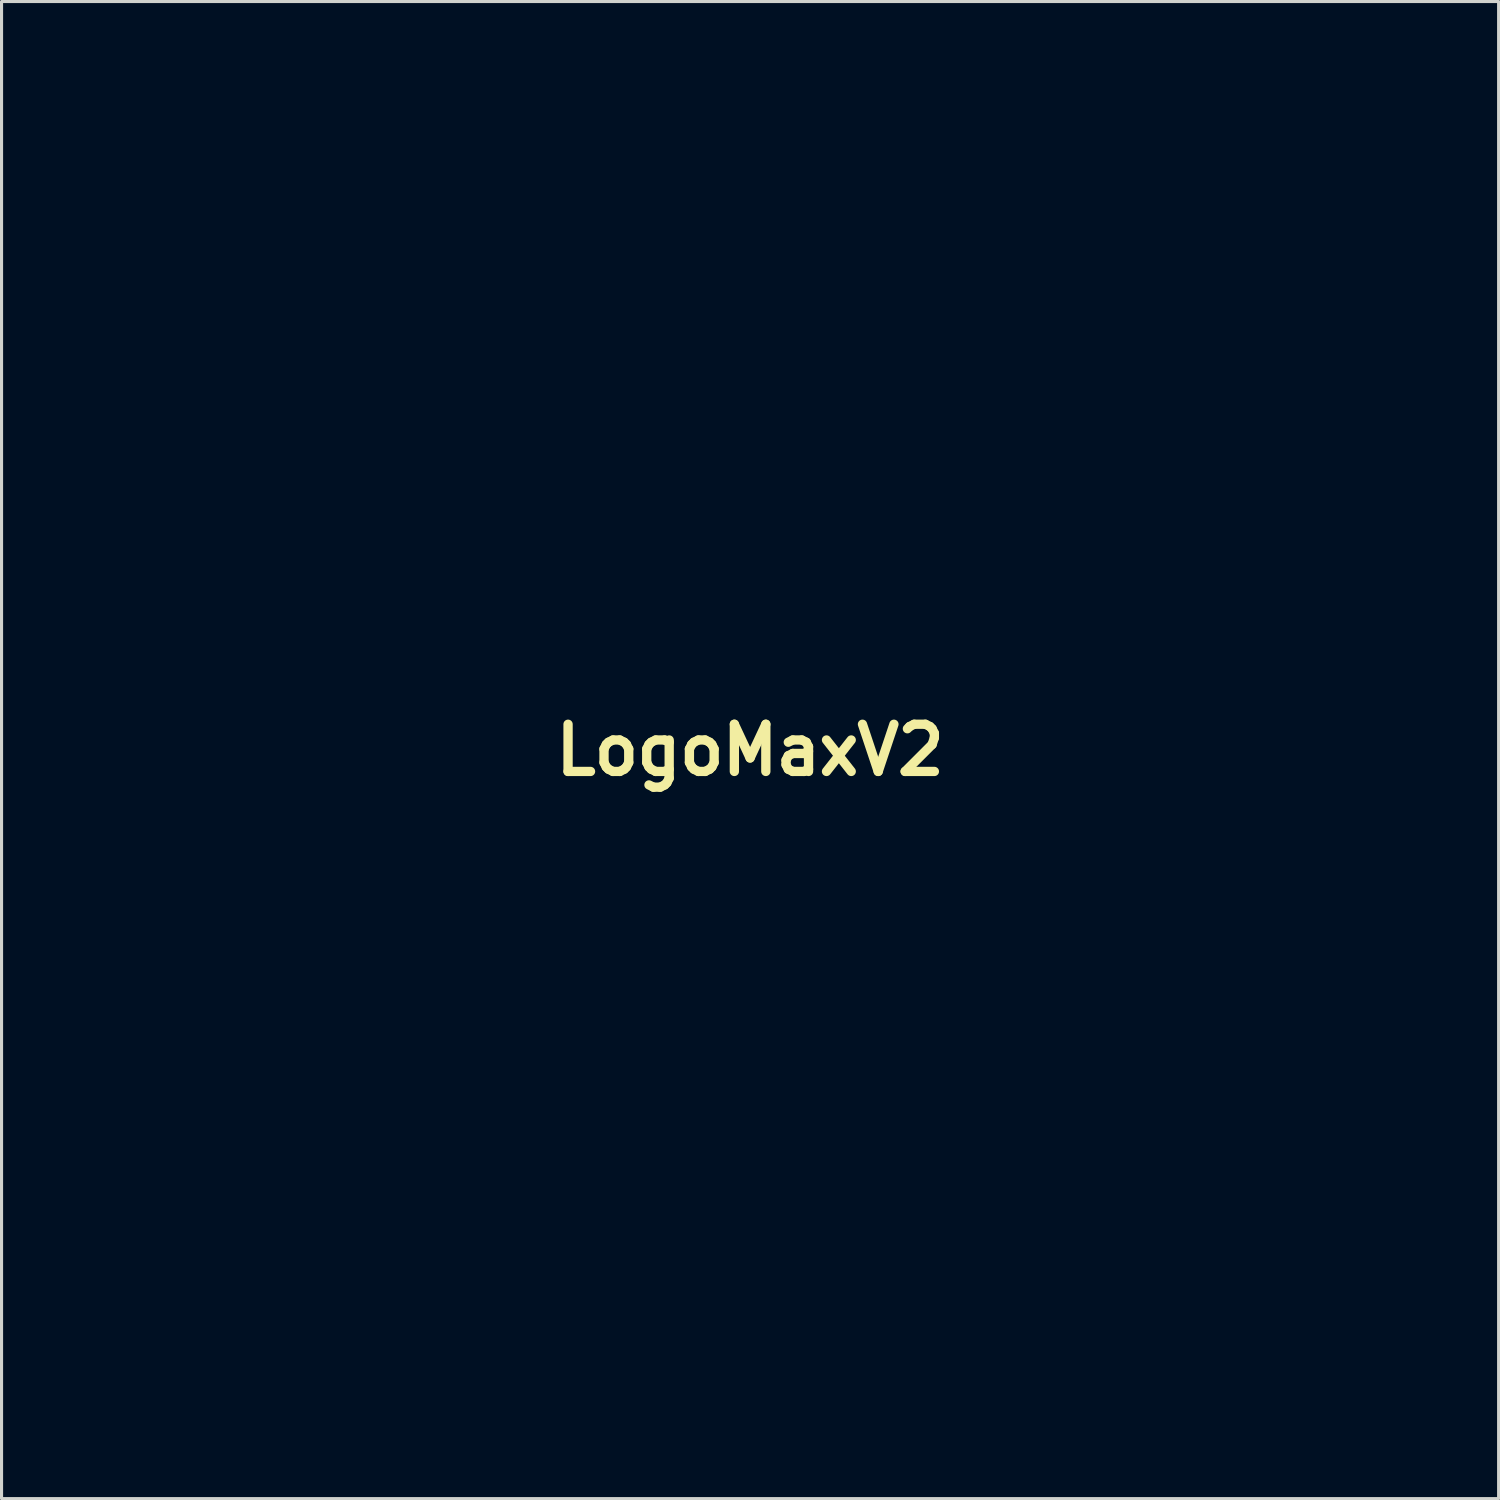
<source format=kicad_pcb>
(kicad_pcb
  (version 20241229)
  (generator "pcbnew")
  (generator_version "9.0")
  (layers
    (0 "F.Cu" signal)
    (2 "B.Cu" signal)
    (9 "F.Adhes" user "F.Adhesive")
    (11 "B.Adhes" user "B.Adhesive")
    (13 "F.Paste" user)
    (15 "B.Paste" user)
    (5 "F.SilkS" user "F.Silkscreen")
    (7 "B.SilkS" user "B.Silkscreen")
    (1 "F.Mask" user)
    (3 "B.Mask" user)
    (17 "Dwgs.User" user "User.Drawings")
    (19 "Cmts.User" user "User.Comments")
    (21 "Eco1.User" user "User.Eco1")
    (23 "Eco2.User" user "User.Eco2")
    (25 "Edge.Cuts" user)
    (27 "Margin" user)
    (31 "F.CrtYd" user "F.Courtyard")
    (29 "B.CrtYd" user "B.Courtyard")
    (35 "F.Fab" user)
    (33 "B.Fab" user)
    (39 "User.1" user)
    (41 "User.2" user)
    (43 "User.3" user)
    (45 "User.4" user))
  (footprint "LogoMaxV2"
    (layer "F.Cu")
    (at 21.172 21.172)
    (property "Reference" "LogoMaxV2" (at 0 0 0) (layer "F.SilkS") (effects (font (size 1.524 1.524) (thickness 0.3))))
    (attr through_hole)
    (fp_poly (pts (xy -4.233 0.296) (xy -4.276 0.339) (xy -4.318 0.296) (xy -4.276 0.254) (xy -4.233 0.296)) (stroke (width 0.01) (type solid)) (fill no) (layer "Eco2.User"))
    (fp_poly (pts (xy 10.645 0.741) (xy 10.492 1.01) (xy 10.283 1.376) (xy 10.045 1.79) (xy 9.82 2.18) (xy 9.588 2.583) (xy 9.363 2.973) (xy 9.171 3.306) (xy 9.04 3.535) (xy 8.809 3.937) (xy 8.807 2.095) (xy 8.805 0.254) (xy 10.92 0.254) (xy 10.645 0.741)) (stroke (width 0.01) (type solid)) (fill no) (layer "Eco2.User"))
    (fp_poly (pts (xy -0.554 -6.032) (xy -0.674 -5.825) (xy -0.834 -5.548) (xy -0.932 -5.377) (xy -1.085 -5.14) (xy -1.184 -5.054) (xy -1.217 -5.081) (xy -1.273 -5.264) (xy -1.345 -5.519) (xy -1.42 -5.793) (xy -1.483 -6.034) (xy -1.52 -6.189) (xy -1.524 -6.215) (xy -1.447 -6.241) (xy -1.245 -6.259) (xy -0.971 -6.265) (xy -0.419 -6.265) (xy -0.554 -6.032)) (stroke (width 0.01) (type solid)) (fill no) (layer "Eco2.User"))
    (fp_poly (pts (xy 1.43 -5.659) (xy 1.348 -5.361) (xy 1.28 -5.133) (xy 1.237 -5.02) (xy 1.234 -5.016) (xy 1.179 -5.062) (xy 1.079 -5.221) (xy 1.012 -5.347) (xy 0.88 -5.593) (xy 0.761 -5.789) (xy 0.723 -5.842) (xy 0.577 -6.046) (xy 0.557 -6.174) (xy 0.675 -6.241) (xy 0.944 -6.264) (xy 1.051 -6.265) (xy 1.589 -6.265) (xy 1.43 -5.659)) (stroke (width 0.01) (type solid)) (fill no) (layer "Eco2.User"))
    (fp_poly (pts (xy 8.893 -3.742) (xy 9.009 -3.559) (xy 9.167 -3.295) (xy 9.249 -3.154) (xy 9.57 -2.595) (xy 9.884 -2.051) (xy 10.174 -1.549) (xy 10.427 -1.114) (xy 10.627 -0.771) (xy 10.76 -0.546) (xy 10.77 -0.529) (xy 10.936 -0.254) (xy 8.805 -0.254) (xy 8.805 -2.032) (xy 8.807 -2.56) (xy 8.811 -3.026) (xy 8.818 -3.404) (xy 8.826 -3.671) (xy 8.835 -3.801) (xy 8.839 -3.81) (xy 8.893 -3.742)) (stroke (width 0.01) (type solid)) (fill no) (layer "Eco2.User"))
    (fp_poly (pts (xy 16.459 4.924) (xy 16.481 5.134) (xy 16.498 5.491) (xy 16.507 5.984) (xy 16.51 6.502) (xy 16.507 7.02) (xy 16.499 7.474) (xy 16.486 7.84) (xy 16.47 8.093) (xy 16.451 8.207) (xy 16.447 8.212) (xy 16.381 8.142) (xy 16.252 7.955) (xy 16.079 7.68) (xy 15.909 7.392) (xy 15.434 6.575) (xy 15.893 5.764) (xy 16.086 5.427) (xy 16.255 5.143) (xy 16.378 4.945) (xy 16.431 4.873) (xy 16.459 4.924)) (stroke (width 0.01) (type solid)) (fill no) (layer "Eco2.User"))
    (fp_poly (pts (xy -16.228 -8.009) (xy -16.072 -7.758) (xy -15.9 -7.454) (xy -15.732 -7.133) (xy -15.588 -6.834) (xy -15.488 -6.595) (xy -15.451 -6.456) (xy -15.453 -6.443) (xy -15.526 -6.292) (xy -15.658 -6.054) (xy -15.824 -5.768) (xy -16 -5.475) (xy -16.164 -5.214) (xy -16.291 -5.023) (xy -16.355 -4.944) (xy -16.376 -5.011) (xy -16.395 -5.222) (xy -16.41 -5.554) (xy -16.421 -5.981) (xy -16.425 -6.479) (xy -16.425 -6.574) (xy -16.422 -7.149) (xy -16.411 -7.61) (xy -16.394 -7.941) (xy -16.371 -8.13) (xy -16.347 -8.166) (xy -16.228 -8.009)) (stroke (width 0.01) (type solid)) (fill no) (layer "Eco2.User"))
    (fp_poly (pts (xy -16.282 5.035) (xy -16.158 5.231) (xy -15.997 5.499) (xy -15.822 5.801) (xy -15.654 6.099) (xy -15.516 6.354) (xy -15.428 6.529) (xy -15.409 6.582) (xy -15.45 6.672) (xy -15.557 6.866) (xy -15.708 7.129) (xy -15.883 7.425) (xy -16.06 7.717) (xy -16.217 7.97) (xy -16.333 8.147) (xy -16.386 8.213) (xy -16.398 8.132) (xy -16.409 7.908) (xy -16.417 7.566) (xy -16.423 7.131) (xy -16.425 6.63) (xy -16.425 6.557) (xy -16.422 5.997) (xy -16.411 5.54) (xy -16.394 5.201) (xy -16.371 5) (xy -16.347 4.949) (xy -16.282 5.035)) (stroke (width 0.01) (type solid)) (fill no) (layer "Eco2.User"))
    (fp_poly (pts (xy -3.47 2.838) (xy -3.32 3.434) (xy -3.172 4.018) (xy -3.036 4.555) (xy -2.919 5.011) (xy -2.83 5.352) (xy -2.803 5.456) (xy -2.72 5.782) (xy -2.657 6.052) (xy -2.626 6.218) (xy -2.625 6.239) (xy -2.668 6.292) (xy -2.813 6.327) (xy -3.083 6.345) (xy -3.471 6.35) (xy -4.318 6.35) (xy -4.318 3.916) (xy -4.317 3.208) (xy -4.315 2.649) (xy -4.309 2.217) (xy -4.298 1.894) (xy -4.282 1.658) (xy -4.258 1.488) (xy -4.226 1.365) (xy -4.183 1.267) (xy -4.138 1.187) (xy -3.958 0.893) (xy -3.47 2.838)) (stroke (width 0.01) (type solid)) (fill no) (layer "Eco2.User"))
    (fp_poly (pts (xy 9.779 13.378) (xy 7.946 14.425) (xy 7.431 14.721) (xy 6.955 14.995) (xy 6.542 15.235) (xy 6.215 15.428) (xy 5.995 15.56) (xy 5.916 15.61) (xy 5.757 15.711) (xy 5.668 15.748) (xy 5.61 15.678) (xy 5.485 15.486) (xy 5.309 15.197) (xy 5.096 14.835) (xy 4.967 14.61) (xy 4.744 14.216) (xy 4.553 13.875) (xy 4.411 13.613) (xy 4.331 13.456) (xy 4.318 13.425) (xy 4.399 13.414) (xy 4.63 13.403) (xy 4.99 13.394) (xy 5.46 13.386) (xy 6.019 13.381) (xy 6.647 13.378) (xy 7.048 13.378) (xy 9.779 13.378)) (stroke (width 0.01) (type solid)) (fill no) (layer "Eco2.User"))
    (fp_poly (pts (xy -15.058 -5.95) (xy -14.958 -5.794) (xy -14.906 -5.702) (xy -14.778 -5.469) (xy -14.671 -5.285) (xy -14.649 -5.249) (xy -14.567 -5.114) (xy -14.406 -4.839) (xy -14.169 -4.434) (xy -13.863 -3.906) (xy -13.491 -3.263) (xy -13.059 -2.513) (xy -12.819 -2.097) (xy -12.572 -1.668) (xy -12.339 -1.264) (xy -12.14 -0.919) (xy -11.996 -0.669) (xy -11.953 -0.594) (xy -11.756 -0.254) (xy -16.425 -0.254) (xy -16.425 -3.734) (xy -15.949 -4.555) (xy -15.736 -4.922) (xy -15.538 -5.265) (xy -15.38 -5.54) (xy -15.305 -5.673) (xy -15.193 -5.867) (xy -15.119 -5.986) (xy -15.11 -5.998) (xy -15.058 -5.95)) (stroke (width 0.01) (type solid)) (fill no) (layer "Eco2.User"))
    (fp_poly (pts (xy -5.192 13.391) (xy -4.766 13.393) (xy -4.457 13.398) (xy -4.286 13.404) (xy -4.259 13.408) (xy -4.281 13.492) (xy -4.373 13.677) (xy -4.497 13.896) (xy -4.658 14.168) (xy -4.795 14.402) (xy -4.864 14.52) (xy -5.157 15.034) (xy -5.373 15.4) (xy -5.513 15.621) (xy -5.576 15.698) (xy -5.664 15.669) (xy -5.873 15.568) (xy -6.177 15.407) (xy -6.551 15.2) (xy -6.859 15.024) (xy -7.346 14.743) (xy -7.854 14.45) (xy -8.335 14.173) (xy -8.739 13.942) (xy -8.869 13.867) (xy -9.652 13.42) (xy -6.972 13.397) (xy -6.316 13.393) (xy -5.716 13.391) (xy -5.192 13.391)) (stroke (width 0.01) (type solid)) (fill no) (layer "Eco2.User"))
    (fp_poly (pts (xy -8.745 -3.818) (xy -8.736 -3.602) (xy -8.729 -3.265) (xy -8.724 -2.829) (xy -8.721 -2.319) (xy -8.721 -2.088) (xy -8.721 -0.254) (xy -9.779 -0.254) (xy -10.18 -0.259) (xy -10.511 -0.272) (xy -10.739 -0.291) (xy -10.835 -0.315) (xy -10.835 -0.318) (xy -10.787 -0.423) (xy -10.672 -0.588) (xy -10.668 -0.593) (xy -10.552 -0.758) (xy -10.501 -0.863) (xy -10.501 -0.864) (xy -10.459 -0.963) (xy -10.354 -1.161) (xy -10.233 -1.372) (xy -10.061 -1.663) (xy -9.901 -1.935) (xy -9.82 -2.074) (xy -9.456 -2.704) (xy -9.165 -3.205) (xy -8.949 -3.572) (xy -8.811 -3.801) (xy -8.755 -3.888) (xy -8.745 -3.818)) (stroke (width 0.01) (type solid)) (fill no) (layer "Eco2.User"))
    (fp_poly (pts (xy 5.843 -15.613) (xy 6.131 -15.448) (xy 6.504 -15.234) (xy 6.936 -14.986) (xy 7.4 -14.719) (xy 7.871 -14.447) (xy 8.321 -14.187) (xy 8.726 -13.952) (xy 9.059 -13.759) (xy 9.294 -13.622) (xy 9.398 -13.56) (xy 9.694 -13.378) (xy 6.999 -13.378) (xy 6.311 -13.38) (xy 5.698 -13.386) (xy 5.177 -13.396) (xy 4.766 -13.41) (xy 4.482 -13.426) (xy 4.343 -13.444) (xy 4.332 -13.453) (xy 4.399 -13.593) (xy 4.528 -13.831) (xy 4.701 -14.138) (xy 4.9 -14.481) (xy 5.107 -14.833) (xy 5.305 -15.162) (xy 5.475 -15.438) (xy 5.601 -15.632) (xy 5.663 -15.712) (xy 5.666 -15.713) (xy 5.843 -15.613)) (stroke (width 0.01) (type solid)) (fill no) (layer "Eco2.User"))
    (fp_poly (pts (xy -8.721 2.074) (xy -8.722 2.609) (xy -8.726 3.081) (xy -8.732 3.468) (xy -8.739 3.743) (xy -8.748 3.882) (xy -8.752 3.895) (xy -8.804 3.826) (xy -8.921 3.643) (xy -9.08 3.376) (xy -9.184 3.196) (xy -9.407 2.805) (xy -9.641 2.389) (xy -9.843 2.025) (xy -9.885 1.947) (xy -10.046 1.659) (xy -10.188 1.419) (xy -10.282 1.275) (xy -10.286 1.27) (xy -10.371 1.142) (xy -10.496 0.933) (xy -10.632 0.694) (xy -10.751 0.473) (xy -10.825 0.322) (xy -10.837 0.286) (xy -10.758 0.274) (xy -10.541 0.264) (xy -10.22 0.257) (xy -9.825 0.254) (xy -9.779 0.254) (xy -8.721 0.254) (xy -8.721 2.074)) (stroke (width 0.01) (type solid)) (fill no) (layer "Eco2.User"))
    (fp_poly (pts (xy 16.455 -8.079) (xy 16.486 -7.907) (xy 16.502 -7.603) (xy 16.509 -7.155) (xy 16.51 -6.551) (xy 16.51 -6.537) (xy 16.508 -6.02) (xy 16.503 -5.565) (xy 16.495 -5.199) (xy 16.486 -4.945) (xy 16.474 -4.83) (xy 16.471 -4.826) (xy 16.415 -4.894) (xy 16.297 -5.076) (xy 16.14 -5.336) (xy 16.08 -5.44) (xy 15.894 -5.761) (xy 15.722 -6.056) (xy 15.595 -6.27) (xy 15.577 -6.298) (xy 15.498 -6.442) (xy 15.479 -6.558) (xy 15.53 -6.703) (xy 15.658 -6.93) (xy 15.684 -6.976) (xy 15.86 -7.274) (xy 16.028 -7.566) (xy 16.106 -7.705) (xy 16.236 -7.933) (xy 16.335 -8.08) (xy 16.406 -8.132) (xy 16.455 -8.079)) (stroke (width 0.01) (type solid)) (fill no) (layer "Eco2.User"))
    (fp_poly (pts (xy -1.203 -18.021) (xy -1.758 -17.055) (xy -2.233 -16.228) (xy -2.634 -15.533) (xy -2.964 -14.962) (xy -3.229 -14.506) (xy -3.432 -14.159) (xy -3.579 -13.912) (xy -3.674 -13.757) (xy -3.722 -13.688) (xy -3.725 -13.685) (xy -3.799 -13.711) (xy -3.915 -13.86) (xy -4.008 -14.023) (xy -4.148 -14.284) (xy -4.343 -14.631) (xy -4.559 -15.003) (xy -4.649 -15.155) (xy -4.832 -15.469) (xy -4.976 -15.733) (xy -5.061 -15.909) (xy -5.077 -15.96) (xy -5.043 -16.001) (xy -4.937 -16.079) (xy -4.75 -16.202) (xy -4.472 -16.373) (xy -4.093 -16.599) (xy -3.604 -16.886) (xy -2.996 -17.239) (xy -2.258 -17.664) (xy -1.413 -18.148) (xy -0.992 -18.39) (xy -1.203 -18.021)) (stroke (width 0.01) (type solid)) (fill no) (layer "Eco2.User"))
    (fp_poly (pts (xy 4.076 0.991) (xy 4.168 1.142) (xy 4.185 1.173) (xy 4.224 1.273) (xy 4.255 1.413) (xy 4.279 1.614) (xy 4.296 1.895) (xy 4.308 2.275) (xy 4.314 2.773) (xy 4.318 3.409) (xy 4.318 3.89) (xy 4.318 6.35) (xy 3.528 6.35) (xy 3.179 6.346) (xy 2.899 6.334) (xy 2.727 6.316) (xy 2.693 6.306) (xy 2.694 6.21) (xy 2.733 5.99) (xy 2.803 5.685) (xy 2.845 5.522) (xy 2.924 5.218) (xy 3.035 4.786) (xy 3.168 4.262) (xy 3.315 3.683) (xy 3.465 3.085) (xy 3.517 2.879) (xy 3.653 2.337) (xy 3.777 1.853) (xy 3.882 1.449) (xy 3.961 1.149) (xy 4.01 0.977) (xy 4.022 0.945) (xy 4.076 0.991)) (stroke (width 0.01) (type solid)) (fill no) (layer "Eco2.User"))
    (fp_poly (pts (xy -11.906 0.529) (xy -12.019 0.736) (xy -12.187 1.029) (xy -12.376 1.349) (xy -12.404 1.397) (xy -12.607 1.738) (xy -12.808 2.081) (xy -12.964 2.354) (xy -12.973 2.371) (xy -13.11 2.612) (xy -13.302 2.946) (xy -13.517 3.317) (xy -13.632 3.514) (xy -13.854 3.896) (xy -14.076 4.284) (xy -14.264 4.617) (xy -14.333 4.741) (xy -14.498 5.032) (xy -14.656 5.295) (xy -14.745 5.432) (xy -14.854 5.612) (xy -14.901 5.737) (xy -14.901 5.739) (xy -14.959 5.858) (xy -15.018 5.918) (xy -15.078 5.93) (xy -15.16 5.868) (xy -15.279 5.715) (xy -15.446 5.452) (xy -15.674 5.064) (xy -15.78 4.879) (xy -16.425 3.743) (xy -16.425 0.254) (xy -11.764 0.254) (xy -11.906 0.529)) (stroke (width 0.01) (type solid)) (fill no) (layer "Eco2.User"))
    (fp_poly (pts (xy 0.966 8.678) (xy 1.089 8.906) (xy 1.25 9.189) (xy 1.322 9.313) (xy 1.487 9.593) (xy 1.641 9.859) (xy 1.693 9.95) (xy 1.788 10.116) (xy 1.949 10.393) (xy 2.154 10.747) (xy 2.385 11.142) (xy 2.455 11.263) (xy 2.69 11.666) (xy 2.907 12.04) (xy 3.087 12.349) (xy 3.207 12.558) (xy 3.228 12.594) (xy 3.384 12.869) (xy -3.306 12.869) (xy -3.175 12.616) (xy -3.058 12.4) (xy -2.896 12.115) (xy -2.78 11.917) (xy -2.646 11.69) (xy -2.525 11.486) (xy -2.404 11.278) (xy -2.265 11.039) (xy -2.094 10.742) (xy -1.874 10.36) (xy -1.591 9.866) (xy -1.497 9.702) (xy -0.773 8.44) (xy 0.031 8.432) (xy 0.836 8.424) (xy 0.966 8.678)) (stroke (width 0.01) (type solid)) (fill no) (layer "Eco2.User"))
    (fp_poly (pts (xy -8.724 -5.609) (xy -8.736 -5.239) (xy -8.775 -4.973) (xy -8.857 -4.748) (xy -8.957 -4.563) (xy -9.174 -4.193) (xy -9.423 -3.765) (xy -9.69 -3.306) (xy -9.959 -2.844) (xy -10.213 -2.405) (xy -10.436 -2.019) (xy -10.613 -1.711) (xy -10.728 -1.51) (xy -10.754 -1.463) (xy -10.877 -1.246) (xy -11.037 -0.973) (xy -11.106 -0.857) (xy -11.33 -0.486) (xy -11.474 -0.772) (xy -11.584 -0.975) (xy -11.752 -1.271) (xy -11.948 -1.607) (xy -12.025 -1.736) (xy -12.232 -2.086) (xy -12.432 -2.427) (xy -12.59 -2.701) (xy -12.628 -2.769) (xy -12.823 -3.115) (xy -13.059 -3.53) (xy -13.32 -3.987) (xy -13.59 -4.456) (xy -13.852 -4.91) (xy -14.091 -5.321) (xy -14.289 -5.66) (xy -14.431 -5.899) (xy -14.487 -5.99) (xy -14.664 -6.265) (xy -8.721 -6.265) (xy -8.724 -5.609)) (stroke (width 0.01) (type solid)) (fill no) (layer "Eco2.User"))
    (fp_poly (pts (xy 15.344 -5.704) (xy 15.487 -5.464) (xy 15.672 -5.143) (xy 15.86 -4.806) (xy 15.872 -4.784) (xy 16.049 -4.468) (xy 16.217 -4.183) (xy 16.342 -3.983) (xy 16.354 -3.966) (xy 16.407 -3.875) (xy 16.447 -3.757) (xy 16.475 -3.591) (xy 16.493 -3.35) (xy 16.504 -3.01) (xy 16.509 -2.548) (xy 16.51 -1.998) (xy 16.51 -0.254) (xy 14.182 -0.254) (xy 13.574 -0.255) (xy 13.025 -0.258) (xy 12.557 -0.263) (xy 12.191 -0.27) (xy 11.95 -0.277) (xy 11.854 -0.285) (xy 11.853 -0.286) (xy 11.894 -0.366) (xy 12.007 -0.57) (xy 12.181 -0.879) (xy 12.403 -1.271) (xy 12.663 -1.723) (xy 12.798 -1.958) (xy 13.13 -2.535) (xy 13.487 -3.156) (xy 13.842 -3.773) (xy 14.168 -4.339) (xy 14.437 -4.807) (xy 14.442 -4.815) (xy 15.141 -6.031) (xy 15.344 -5.704)) (stroke (width 0.01) (type solid)) (fill no) (layer "Eco2.User"))
    (fp_poly (pts (xy 3.865 13.76) (xy 3.959 13.881) (xy 4.096 14.099) (xy 4.29 14.433) (xy 4.505 14.812) (xy 4.731 15.215) (xy 4.921 15.564) (xy 5.063 15.833) (xy 5.142 15.997) (xy 5.153 16.036) (xy 5.074 16.084) (xy 4.869 16.204) (xy 4.558 16.384) (xy 4.163 16.612) (xy 3.703 16.876) (xy 3.387 17.058) (xy 2.879 17.35) (xy 2.405 17.623) (xy 1.99 17.863) (xy 1.658 18.055) (xy 1.435 18.185) (xy 1.368 18.225) (xy 1.085 18.396) (xy 1.254 18.067) (xy 1.36 17.87) (xy 1.529 17.566) (xy 1.74 17.193) (xy 1.971 16.791) (xy 2.011 16.722) (xy 2.285 16.249) (xy 2.584 15.731) (xy 2.871 15.235) (xy 3.087 14.859) (xy 3.295 14.501) (xy 3.483 14.179) (xy 3.628 13.933) (xy 3.701 13.813) (xy 3.75 13.744) (xy 3.8 13.721) (xy 3.865 13.76)) (stroke (width 0.01) (type solid)) (fill no) (layer "Eco2.User"))
    (fp_poly (pts (xy 14.119 0.273) (xy 14.161 0.274) (xy 16.468 0.296) (xy 16.491 1.976) (xy 16.514 3.655) (xy 16.229 4.177) (xy 15.944 4.693) (xy 15.686 5.15) (xy 15.467 5.529) (xy 15.298 5.81) (xy 15.189 5.973) (xy 15.155 6.008) (xy 15.1 5.939) (xy 14.98 5.751) (xy 14.812 5.471) (xy 14.615 5.128) (xy 14.605 5.111) (xy 14.388 4.728) (xy 14.184 4.369) (xy 14.016 4.076) (xy 13.917 3.905) (xy 13.815 3.731) (xy 13.647 3.442) (xy 13.43 3.067) (xy 13.183 2.64) (xy 12.979 2.286) (xy 12.72 1.839) (xy 12.477 1.422) (xy 12.268 1.065) (xy 12.112 0.801) (xy 12.037 0.677) (xy 11.922 0.477) (xy 11.858 0.337) (xy 11.854 0.316) (xy 11.935 0.3) (xy 12.163 0.287) (xy 12.518 0.277) (xy 12.976 0.272) (xy 13.517 0.27) (xy 14.119 0.273)) (stroke (width 0.01) (type solid)) (fill no) (layer "Eco2.User"))
    (fp_poly (pts (xy 15.209 7.183) (xy 15.329 7.372) (xy 15.496 7.651) (xy 15.684 7.981) (xy 15.895 8.352) (xy 16.092 8.692) (xy 16.252 8.961) (xy 16.34 9.102) (xy 16.452 9.285) (xy 16.508 9.406) (xy 16.509 9.415) (xy 16.441 9.482) (xy 16.26 9.608) (xy 15.999 9.769) (xy 15.896 9.829) (xy 15.26 10.196) (xy 14.622 10.565) (xy 14.02 10.915) (xy 13.493 11.222) (xy 13.118 11.442) (xy 12.845 11.598) (xy 12.628 11.714) (xy 12.509 11.767) (xy 12.501 11.769) (xy 12.503 11.704) (xy 12.577 11.538) (xy 12.648 11.409) (xy 12.952 10.884) (xy 13.278 10.319) (xy 13.611 9.743) (xy 13.933 9.182) (xy 14.23 8.664) (xy 14.485 8.217) (xy 14.684 7.868) (xy 14.788 7.684) (xy 14.944 7.413) (xy 15.071 7.212) (xy 15.145 7.116) (xy 15.152 7.113) (xy 15.209 7.183)) (stroke (width 0.01) (type solid)) (fill no) (layer "Eco2.User"))
    (fp_poly (pts (xy -15.027 7.242) (xy -14.905 7.397) (xy -14.741 7.681) (xy -14.637 7.865) (xy -14.48 8.138) (xy -14.263 8.516) (xy -14.002 8.967) (xy -13.718 9.457) (xy -13.43 9.954) (xy -13.155 10.426) (xy -12.914 10.84) (xy -12.724 11.164) (xy -12.63 11.324) (xy -12.501 11.555) (xy -12.429 11.716) (xy -12.427 11.768) (xy -12.517 11.728) (xy -12.728 11.616) (xy -13.036 11.447) (xy -13.415 11.233) (xy -13.758 11.036) (xy -14.237 10.761) (xy -14.723 10.481) (xy -15.171 10.222) (xy -15.54 10.01) (xy -15.692 9.923) (xy -15.992 9.741) (xy -16.232 9.579) (xy -16.375 9.461) (xy -16.399 9.43) (xy -16.383 9.29) (xy -16.288 9.1) (xy -16.277 9.084) (xy -16.17 8.916) (xy -16.005 8.64) (xy -15.805 8.296) (xy -15.618 7.967) (xy -15.401 7.578) (xy -15.248 7.33) (xy -15.132 7.219) (xy -15.027 7.242)) (stroke (width 0.01) (type solid)) (fill no) (layer "Eco2.User"))
    (fp_poly (pts (xy -6.958 -12.774) (xy -6.228 -12.769) (xy -5.894 -12.765) (xy -4.253 -12.742) (xy -4.89 -11.642) (xy -5.129 -11.227) (xy -5.352 -10.839) (xy -5.537 -10.514) (xy -5.666 -10.287) (xy -5.694 -10.235) (xy -5.787 -10.079) (xy -5.883 -9.984) (xy -6.03 -9.929) (xy -6.27 -9.896) (xy -6.498 -9.875) (xy -7.161 -9.758) (xy -7.711 -9.523) (xy -8.164 -9.161) (xy -8.409 -8.861) (xy -8.473 -8.793) (xy -8.538 -8.806) (xy -8.626 -8.922) (xy -8.762 -9.162) (xy -8.804 -9.242) (xy -8.972 -9.548) (xy -9.194 -9.94) (xy -9.435 -10.356) (xy -9.582 -10.607) (xy -9.778 -10.937) (xy -9.937 -11.211) (xy -10.042 -11.397) (xy -10.075 -11.465) (xy -10.116 -11.546) (xy -10.225 -11.737) (xy -10.382 -12.002) (xy -10.452 -12.119) (xy -10.829 -12.742) (xy -9.182 -12.765) (xy -8.509 -12.772) (xy -7.743 -12.775) (xy -6.958 -12.774)) (stroke (width 0.01) (type solid)) (fill no) (layer "Eco2.User"))
    (fp_poly (pts (xy -3.648 13.82) (xy -3.527 13.999) (xy -3.367 14.262) (xy -3.244 14.478) (xy -3.074 14.78) (xy -2.845 15.184) (xy -2.58 15.645) (xy -2.306 16.12) (xy -2.048 16.563) (xy -1.93 16.764) (xy -1.794 17) (xy -1.629 17.291) (xy -1.454 17.604) (xy -1.29 17.902) (xy -1.154 18.152) (xy -1.066 18.32) (xy -1.043 18.371) (xy -1.117 18.331) (xy -1.314 18.219) (xy -1.608 18.05) (xy -1.976 17.838) (xy -2.286 17.658) (xy -2.773 17.376) (xy -3.281 17.082) (xy -3.762 16.805) (xy -4.166 16.572) (xy -4.297 16.497) (xy -4.618 16.305) (xy -4.875 16.135) (xy -5.038 16.01) (xy -5.08 15.957) (xy -5.038 15.838) (xy -4.929 15.634) (xy -4.842 15.489) (xy -4.638 15.155) (xy -4.395 14.735) (xy -4.149 14.296) (xy -3.938 13.902) (xy -3.917 13.862) (xy -3.795 13.627) (xy -3.648 13.82)) (stroke (width 0.01) (type solid)) (fill no) (layer "Eco2.User"))
    (fp_poly (pts (xy 0.127 -5.878) (xy 0.174 -5.792) (xy 0.275 -5.603) (xy 0.433 -5.322) (xy 0.619 -5.003) (xy 0.666 -4.922) (xy 0.797 -4.701) (xy 0.893 -4.521) (xy 0.953 -4.356) (xy 0.976 -4.178) (xy 0.96 -3.96) (xy 0.906 -3.675) (xy 0.813 -3.295) (xy 0.678 -2.794) (xy 0.586 -2.455) (xy 0.468 -2.012) (xy 0.352 -1.572) (xy 0.254 -1.193) (xy 0.201 -0.978) (xy 0.131 -0.707) (xy 0.074 -0.511) (xy 0.045 -0.44) (xy 0.006 -0.493) (xy -0.054 -0.664) (xy -0.085 -0.775) (xy -0.2 -1.214) (xy -0.335 -1.718) (xy -0.47 -2.221) (xy -0.589 -2.659) (xy -0.638 -2.836) (xy -0.729 -3.172) (xy -0.832 -3.557) (xy -0.883 -3.753) (xy -1.01 -4.247) (xy -0.551 -5.023) (xy -0.354 -5.356) (xy -0.185 -5.641) (xy -0.065 -5.844) (xy -0.02 -5.919) (xy 0.046 -5.968) (xy 0.127 -5.878)) (stroke (width 0.01) (type solid)) (fill no) (layer "Eco2.User"))
    (fp_poly (pts (xy -2.174 7.233) (xy -1.959 7.522) (xy -1.723 7.789) (xy -1.57 7.931) (xy -1.389 8.089) (xy -1.283 8.208) (xy -1.27 8.237) (xy -1.31 8.33) (xy -1.422 8.542) (xy -1.589 8.846) (xy -1.798 9.215) (xy -1.917 9.422) (xy -2.21 9.929) (xy -2.538 10.495) (xy -2.86 11.052) (xy -3.139 11.534) (xy -3.152 11.557) (xy -3.366 11.925) (xy -3.547 12.236) (xy -3.679 12.462) (xy -3.748 12.577) (xy -3.754 12.586) (xy -3.798 12.523) (xy -3.907 12.341) (xy -4.065 12.069) (xy -4.227 11.782) (xy -4.675 10.994) (xy -5.161 10.151) (xy -5.635 9.342) (xy -5.765 9.123) (xy -5.939 8.812) (xy -6.015 8.608) (xy -5.99 8.476) (xy -5.861 8.383) (xy -5.703 8.323) (xy -5.346 8.135) (xy -4.994 7.834) (xy -4.697 7.471) (xy -4.519 7.139) (xy -4.38 6.773) (xy -2.479 6.773) (xy -2.174 7.233)) (stroke (width 0.01) (type solid)) (fill no) (layer "Eco2.User"))
    (fp_poly (pts (xy 1.199 -18.307) (xy 1.387 -18.208) (xy 1.647 -18.059) (xy 1.744 -18.001) (xy 2.019 -17.837) (xy 2.402 -17.613) (xy 2.856 -17.349) (xy 3.343 -17.068) (xy 3.709 -16.858) (xy 4.143 -16.608) (xy 4.525 -16.384) (xy 4.83 -16.2) (xy 5.035 -16.072) (xy 5.116 -16.013) (xy 5.088 -15.925) (xy 4.993 -15.721) (xy 4.846 -15.433) (xy 4.664 -15.092) (xy 4.466 -14.727) (xy 4.267 -14.371) (xy 4.085 -14.054) (xy 3.936 -13.807) (xy 3.837 -13.661) (xy 3.81 -13.635) (xy 3.753 -13.702) (xy 3.636 -13.885) (xy 3.481 -14.15) (xy 3.403 -14.288) (xy 3.239 -14.58) (xy 3.012 -14.979) (xy 2.744 -15.447) (xy 2.458 -15.944) (xy 2.228 -16.341) (xy 1.888 -16.927) (xy 1.624 -17.384) (xy 1.426 -17.727) (xy 1.286 -17.973) (xy 1.193 -18.14) (xy 1.14 -18.243) (xy 1.116 -18.299) (xy 1.113 -18.324) (xy 1.119 -18.335) (xy 1.199 -18.307)) (stroke (width 0.01) (type solid)) (fill no) (layer "Eco2.User"))
    (fp_poly (pts (xy 8.129 8.027) (xy 8.246 8.21) (xy 8.405 8.474) (xy 8.487 8.615) (xy 8.672 8.936) (xy 8.93 9.383) (xy 9.248 9.934) (xy 9.614 10.567) (xy 10.016 11.261) (xy 10.441 11.995) (xy 10.658 12.37) (xy 10.775 12.592) (xy 10.801 12.718) (xy 10.745 12.791) (xy 10.743 12.793) (xy 10.634 12.809) (xy 10.376 12.825) (xy 9.986 12.839) (xy 9.486 12.85) (xy 8.893 12.859) (xy 8.228 12.865) (xy 7.51 12.868) (xy 7.423 12.868) (xy 4.22 12.869) (xy 4.384 12.594) (xy 4.664 12.121) (xy 4.995 11.557) (xy 5.348 10.949) (xy 5.697 10.348) (xy 6.011 9.801) (xy 6.235 9.407) (xy 6.448 9.033) (xy 6.605 8.778) (xy 6.732 8.614) (xy 6.857 8.511) (xy 7.004 8.44) (xy 7.169 8.383) (xy 7.464 8.274) (xy 7.725 8.155) (xy 7.822 8.1) (xy 7.985 8) (xy 8.074 7.959) (xy 8.129 8.027)) (stroke (width 0.01) (type solid)) (fill no) (layer "Eco2.User"))
    (fp_poly (pts (xy 12.57 -11.738) (xy 12.724 -11.649) (xy 12.915 -11.533) (xy 13.168 -11.384) (xy 13.26 -11.332) (xy 13.908 -10.963) (xy 14.516 -10.615) (xy 15.068 -10.297) (xy 15.546 -10.019) (xy 15.932 -9.793) (xy 16.209 -9.627) (xy 16.36 -9.533) (xy 16.372 -9.524) (xy 16.44 -9.462) (xy 16.46 -9.385) (xy 16.424 -9.261) (xy 16.32 -9.061) (xy 16.138 -8.751) (xy 16.11 -8.704) (xy 15.893 -8.335) (xy 15.677 -7.96) (xy 15.499 -7.643) (xy 15.452 -7.556) (xy 15.317 -7.32) (xy 15.211 -7.159) (xy 15.163 -7.113) (xy 15.092 -7.179) (xy 14.98 -7.341) (xy 14.952 -7.388) (xy 14.857 -7.55) (xy 14.694 -7.833) (xy 14.476 -8.21) (xy 14.22 -8.654) (xy 13.94 -9.139) (xy 13.652 -9.639) (xy 13.371 -10.128) (xy 13.113 -10.578) (xy 12.891 -10.963) (xy 12.722 -11.258) (xy 12.636 -11.409) (xy 12.513 -11.642) (xy 12.49 -11.748) (xy 12.57 -11.738)) (stroke (width 0.01) (type solid)) (fill no) (layer "Eco2.User"))
    (fp_poly (pts (xy -11.187 0.778) (xy -11.081 0.937) (xy -10.92 1.199) (xy -10.73 1.52) (xy -10.63 1.693) (xy -10.3 2.274) (xy -10.037 2.735) (xy -9.827 3.104) (xy -9.652 3.408) (xy -9.499 3.675) (xy -9.349 3.932) (xy -9.189 4.206) (xy -9.154 4.267) (xy -8.957 4.609) (xy -8.83 4.855) (xy -8.761 5.052) (xy -8.733 5.251) (xy -8.733 5.499) (xy -8.738 5.664) (xy -8.763 6.308) (xy -11.663 6.33) (xy -12.514 6.335) (xy -13.204 6.334) (xy -13.742 6.329) (xy -14.138 6.317) (xy -14.4 6.3) (xy -14.537 6.277) (xy -14.563 6.258) (xy -14.524 6.138) (xy -14.424 5.924) (xy -14.32 5.728) (xy -14.146 5.419) (xy -13.912 5.008) (xy -13.632 4.519) (xy -13.321 3.978) (xy -12.993 3.409) (xy -12.662 2.837) (xy -12.343 2.287) (xy -12.049 1.782) (xy -11.795 1.348) (xy -11.595 1.01) (xy -11.464 0.791) (xy -11.456 0.778) (xy -11.335 0.583) (xy -11.187 0.778)) (stroke (width 0.01) (type solid)) (fill no) (layer "Eco2.User"))
    (fp_poly (pts (xy -5.472 -15.553) (xy -5.271 -15.219) (xy -5.065 -14.871) (xy -4.873 -14.54) (xy -4.715 -14.26) (xy -4.608 -14.063) (xy -4.57 -13.98) (xy -4.522 -13.883) (xy -4.407 -13.722) (xy -4.403 -13.716) (xy -4.286 -13.55) (xy -4.235 -13.442) (xy -4.235 -13.441) (xy -4.316 -13.425) (xy -4.546 -13.411) (xy -4.905 -13.399) (xy -5.373 -13.389) (xy -5.93 -13.382) (xy -6.556 -13.378) (xy -6.914 -13.377) (xy -7.566 -13.379) (xy -8.158 -13.383) (xy -8.67 -13.389) (xy -9.083 -13.397) (xy -9.377 -13.406) (xy -9.531 -13.417) (xy -9.55 -13.423) (xy -9.465 -13.48) (xy -9.266 -13.601) (xy -8.985 -13.769) (xy -8.653 -13.964) (xy -8.302 -14.17) (xy -7.961 -14.367) (xy -7.663 -14.538) (xy -7.439 -14.664) (xy -7.319 -14.728) (xy -7.308 -14.732) (xy -7.226 -14.773) (xy -7.048 -14.879) (xy -6.92 -14.959) (xy -6.644 -15.129) (xy -6.307 -15.329) (xy -6.074 -15.463) (xy -5.586 -15.74) (xy -5.472 -15.553)) (stroke (width 0.01) (type solid)) (fill no) (layer "Eco2.User"))
    (fp_poly (pts (xy -12.435 -11.701) (xy -12.529 -11.517) (xy -12.676 -11.248) (xy -12.812 -11.007) (xy -12.996 -10.689) (xy -13.241 -10.261) (xy -13.526 -9.765) (xy -13.829 -9.237) (xy -14.123 -8.723) (xy -14.388 -8.264) (xy -14.628 -7.856) (xy -14.83 -7.522) (xy -14.978 -7.283) (xy -15.061 -7.164) (xy -15.07 -7.155) (xy -15.14 -7.204) (xy -15.269 -7.372) (xy -15.435 -7.629) (xy -15.541 -7.809) (xy -15.737 -8.155) (xy -15.922 -8.482) (xy -16.065 -8.735) (xy -16.105 -8.805) (xy -16.231 -9.015) (xy -16.332 -9.163) (xy -16.349 -9.182) (xy -16.409 -9.273) (xy -16.404 -9.37) (xy -16.321 -9.484) (xy -16.144 -9.627) (xy -15.86 -9.811) (xy -15.453 -10.048) (xy -14.91 -10.35) (xy -14.901 -10.354) (xy -14.614 -10.516) (xy -14.356 -10.668) (xy -14.224 -10.752) (xy -14.067 -10.85) (xy -13.819 -10.996) (xy -13.517 -11.17) (xy -13.194 -11.352) (xy -12.887 -11.522) (xy -12.631 -11.661) (xy -12.461 -11.748) (xy -12.412 -11.769) (xy -12.435 -11.701)) (stroke (width 0.01) (type solid)) (fill no) (layer "Eco2.User"))
    (fp_poly (pts (xy 4.577 7.126) (xy 4.734 7.441) (xy 4.983 7.762) (xy 5.279 8.047) (xy 5.581 8.254) (xy 5.79 8.332) (xy 5.999 8.385) (xy 6.121 8.442) (xy 6.128 8.451) (xy 6.103 8.543) (xy 6.006 8.751) (xy 5.852 9.043) (xy 5.657 9.389) (xy 5.651 9.4) (xy 5.383 9.862) (xy 5.084 10.381) (xy 4.798 10.88) (xy 4.654 11.134) (xy 4.376 11.622) (xy 4.17 11.981) (xy 4.024 12.232) (xy 3.926 12.393) (xy 3.864 12.483) (xy 3.826 12.523) (xy 3.805 12.53) (xy 3.75 12.46) (xy 3.626 12.267) (xy 3.447 11.972) (xy 3.227 11.6) (xy 3.001 11.208) (xy 2.732 10.738) (xy 2.469 10.276) (xy 2.234 9.862) (xy 2.047 9.531) (xy 1.954 9.367) (xy 1.773 9.051) (xy 1.592 8.748) (xy 1.468 8.553) (xy 1.27 8.258) (xy 1.641 7.941) (xy 1.908 7.676) (xy 2.173 7.358) (xy 2.285 7.199) (xy 2.558 6.773) (xy 4.46 6.773) (xy 4.577 7.126)) (stroke (width 0.01) (type solid)) (fill no) (layer "Eco2.User"))
    (fp_poly (pts (xy 11.436 0.653) (xy 11.509 0.759) (xy 11.632 0.964) (xy 11.733 1.143) (xy 11.89 1.425) (xy 12.036 1.681) (xy 12.1 1.792) (xy 12.185 1.938) (xy 12.338 2.201) (xy 12.542 2.555) (xy 12.781 2.969) (xy 12.996 3.343) (xy 13.251 3.786) (xy 13.486 4.193) (xy 13.684 4.534) (xy 13.828 4.781) (xy 13.896 4.895) (xy 14.18 5.375) (xy 14.398 5.768) (xy 14.542 6.06) (xy 14.604 6.233) (xy 14.602 6.271) (xy 14.509 6.288) (xy 14.267 6.304) (xy 13.896 6.318) (xy 13.414 6.33) (xy 12.843 6.339) (xy 12.202 6.344) (xy 11.681 6.345) (xy 8.805 6.346) (xy 8.807 5.65) (xy 8.815 5.275) (xy 8.848 5.008) (xy 8.918 4.786) (xy 9.039 4.548) (xy 9.049 4.53) (xy 9.55 3.651) (xy 9.974 2.91) (xy 10.329 2.295) (xy 10.62 1.796) (xy 10.855 1.403) (xy 11.039 1.104) (xy 11.18 0.889) (xy 11.284 0.747) (xy 11.358 0.668) (xy 11.407 0.642) (xy 11.436 0.653)) (stroke (width 0.01) (type solid)) (fill no) (layer "Eco2.User"))
    (fp_poly (pts (xy 12.411 -6.264) (xy 13.038 -6.26) (xy 13.589 -6.255) (xy 14.044 -6.247) (xy 14.385 -6.239) (xy 14.592 -6.229) (xy 14.647 -6.22) (xy 14.607 -6.134) (xy 14.496 -5.929) (xy 14.329 -5.631) (xy 14.121 -5.265) (xy 14 -5.056) (xy 13.725 -4.579) (xy 13.398 -4.014) (xy 13.053 -3.417) (xy 12.723 -2.846) (xy 12.582 -2.6) (xy 12.321 -2.148) (xy 12.077 -1.725) (xy 11.867 -1.361) (xy 11.709 -1.089) (xy 11.631 -0.953) (xy 11.503 -0.755) (xy 11.4 -0.632) (xy 11.377 -0.618) (xy 11.312 -0.679) (xy 11.18 -0.863) (xy 11 -1.146) (xy 10.785 -1.502) (xy 10.668 -1.705) (xy 10.429 -2.123) (xy 10.206 -2.513) (xy 10.018 -2.84) (xy 9.885 -3.069) (xy 9.854 -3.123) (xy 9.53 -3.677) (xy 9.28 -4.108) (xy 9.096 -4.437) (xy 8.966 -4.689) (xy 8.882 -4.886) (xy 8.834 -5.052) (xy 8.811 -5.209) (xy 8.805 -5.381) (xy 8.805 -5.589) (xy 8.805 -5.6) (xy 8.805 -6.265) (xy 11.726 -6.265) (xy 12.411 -6.264)) (stroke (width 0.01) (type solid)) (fill no) (layer "Eco2.User"))
    (fp_poly (pts (xy -0.767 -12.769) (xy -0.052 -12.765) (xy 0.074 -12.765) (xy 3.307 -12.742) (xy 2.575 -11.472) (xy 2.316 -11.023) (xy 2.071 -10.596) (xy 1.858 -10.225) (xy 1.698 -9.943) (xy 1.629 -9.821) (xy 1.477 -9.556) (xy 1.279 -9.217) (xy 1.075 -8.872) (xy 1.06 -8.848) (xy 0.834 -8.464) (xy 0.588 -8.039) (xy 0.388 -7.684) (xy 0.234 -7.413) (xy 0.113 -7.212) (xy 0.045 -7.116) (xy 0.04 -7.112) (xy -0.025 -7.172) (xy -0.058 -7.218) (xy -0.083 -7.256) (xy -0.108 -7.296) (xy -0.145 -7.357) (xy -0.204 -7.458) (xy -0.297 -7.619) (xy -0.436 -7.859) (xy -0.63 -8.197) (xy -0.893 -8.653) (xy -1.058 -8.941) (xy -1.321 -9.396) (xy -1.569 -9.827) (xy -1.785 -10.2) (xy -1.95 -10.485) (xy -2.032 -10.624) (xy -2.426 -11.298) (xy -2.743 -11.849) (xy -2.978 -12.273) (xy -3.131 -12.566) (xy -3.198 -12.722) (xy -3.199 -12.747) (xy -3.108 -12.755) (xy -2.867 -12.762) (xy -2.493 -12.766) (xy -2.006 -12.769) (xy -1.425 -12.77) (xy -0.767 -12.769)) (stroke (width 0.01) (type solid)) (fill no) (layer "Eco2.User"))
    (fp_poly (pts (xy -3.652 -12.376) (xy -3.517 -12.16) (xy -3.33 -11.847) (xy -3.105 -11.465) (xy -2.911 -11.13) (xy -2.374 -10.2) (xy -1.918 -9.407) (xy -1.537 -8.742) (xy -1.225 -8.194) (xy -0.976 -7.755) (xy -0.787 -7.415) (xy -0.651 -7.165) (xy -0.563 -6.995) (xy -0.517 -6.895) (xy -0.508 -6.862) (xy -0.587 -6.813) (xy -0.802 -6.782) (xy -1.055 -6.773) (xy -1.373 -6.783) (xy -1.562 -6.819) (xy -1.662 -6.891) (xy -1.681 -6.921) (xy -1.739 -7.07) (xy -1.824 -7.333) (xy -1.918 -7.659) (xy -1.942 -7.747) (xy -2.164 -8.434) (xy -2.428 -8.969) (xy -2.753 -9.367) (xy -3.159 -9.643) (xy -3.665 -9.813) (xy -4.289 -9.892) (xy -4.636 -9.902) (xy -4.933 -9.909) (xy -5.152 -9.923) (xy -5.248 -9.941) (xy -5.249 -9.944) (xy -5.209 -10.027) (xy -5.099 -10.229) (xy -4.933 -10.523) (xy -4.728 -10.883) (xy -4.636 -11.043) (xy -4.406 -11.442) (xy -4.198 -11.805) (xy -4.032 -12.1) (xy -3.926 -12.292) (xy -3.907 -12.326) (xy -3.802 -12.465) (xy -3.717 -12.472) (xy -3.652 -12.376)) (stroke (width 0.01) (type solid)) (fill no) (layer "Eco2.User"))
    (fp_poly (pts (xy 2.486 13.392) (xy 2.883 13.395) (xy 3.15 13.4) (xy 3.271 13.406) (xy 3.276 13.408) (xy 3.253 13.489) (xy 3.171 13.673) (xy 3.051 13.914) (xy 2.917 14.166) (xy 2.793 14.386) (xy 2.706 14.52) (xy 2.626 14.645) (xy 2.507 14.847) (xy 2.476 14.901) (xy 2.387 15.057) (xy 2.23 15.331) (xy 2.02 15.695) (xy 1.774 16.121) (xy 1.509 16.581) (xy 1.24 17.046) (xy 0.984 17.488) (xy 0.757 17.88) (xy 0.575 18.192) (xy 0.568 18.203) (xy 0.421 18.463) (xy 0.289 18.708) (xy 0.276 18.733) (xy 0.147 18.914) (xy 0.012 18.943) (xy -0.142 18.815) (xy -0.306 18.563) (xy -0.457 18.3) (xy -0.657 17.953) (xy -0.871 17.588) (xy -0.932 17.484) (xy -1.14 17.128) (xy -1.343 16.777) (xy -1.506 16.492) (xy -1.543 16.425) (xy -1.657 16.225) (xy -1.836 15.912) (xy -2.062 15.518) (xy -2.316 15.077) (xy -2.515 14.732) (xy -3.273 13.42) (xy -0.015 13.397) (xy 0.711 13.393) (xy 1.382 13.391) (xy 1.98 13.391) (xy 2.486 13.392)) (stroke (width 0.01) (type solid)) (fill no) (layer "Eco2.User"))
    (fp_poly (pts (xy 7.907 -12.786) (xy 8.538 -12.784) (xy 9.135 -12.781) (xy 9.675 -12.777) (xy 10.136 -12.772) (xy 10.495 -12.766) (xy 10.729 -12.758) (xy 10.816 -12.749) (xy 10.786 -12.67) (xy 10.682 -12.468) (xy 10.52 -12.167) (xy 10.311 -11.79) (xy 10.07 -11.36) (xy 9.809 -10.901) (xy 9.543 -10.435) (xy 9.283 -9.987) (xy 9.045 -9.579) (xy 8.84 -9.235) (xy 8.682 -8.978) (xy 8.585 -8.831) (xy 8.561 -8.805) (xy 8.482 -8.866) (xy 8.342 -9.018) (xy 8.272 -9.102) (xy 7.884 -9.456) (xy 7.37 -9.71) (xy 6.746 -9.857) (xy 6.558 -9.878) (xy 6.231 -9.909) (xy 6.027 -9.947) (xy 5.903 -10.013) (xy 5.812 -10.126) (xy 5.749 -10.236) (xy 5.586 -10.526) (xy 5.416 -10.818) (xy 5.404 -10.837) (xy 5.027 -11.473) (xy 4.73 -11.986) (xy 4.514 -12.373) (xy 4.383 -12.628) (xy 4.34 -12.746) (xy 4.342 -12.753) (xy 4.433 -12.761) (xy 4.67 -12.769) (xy 5.031 -12.775) (xy 5.493 -12.779) (xy 6.035 -12.783) (xy 6.633 -12.785) (xy 7.264 -12.786) (xy 7.907 -12.786)) (stroke (width 0.01) (type solid)) (fill no) (layer "Eco2.User"))
    (fp_poly (pts (xy -11.204 -12.337) (xy -11.132 -12.233) (xy -10.991 -12.007) (xy -10.797 -11.684) (xy -10.563 -11.29) (xy -10.306 -10.85) (xy -10.039 -10.39) (xy -9.778 -9.934) (xy -9.538 -9.509) (xy -9.332 -9.14) (xy -9.243 -8.975) (xy -9.077 -8.677) (xy -8.923 -8.418) (xy -8.815 -8.253) (xy -8.812 -8.25) (xy -8.741 -8.111) (xy -8.709 -7.908) (xy -8.712 -7.599) (xy -8.721 -7.445) (xy -8.763 -6.816) (xy -11.663 -6.793) (xy -12.52 -6.789) (xy -13.216 -6.789) (xy -13.758 -6.795) (xy -14.155 -6.807) (xy -14.414 -6.824) (xy -14.544 -6.848) (xy -14.563 -6.864) (xy -14.522 -6.978) (xy -14.415 -7.192) (xy -14.265 -7.461) (xy -14.254 -7.479) (xy -14.049 -7.832) (xy -13.833 -8.211) (xy -13.691 -8.467) (xy -13.529 -8.754) (xy -13.377 -9.011) (xy -13.294 -9.144) (xy -13.209 -9.282) (xy -13.057 -9.541) (xy -12.853 -9.894) (xy -12.612 -10.317) (xy -12.35 -10.78) (xy -12.318 -10.837) (xy -12.059 -11.292) (xy -11.823 -11.697) (xy -11.626 -12.028) (xy -11.48 -12.261) (xy -11.4 -12.374) (xy -11.393 -12.379) (xy -11.266 -12.38) (xy -11.204 -12.337)) (stroke (width 0.01) (type solid)) (fill no) (layer "Eco2.User"))
    (fp_poly (pts (xy 13.15 6.777) (xy 13.665 6.783) (xy 14.054 6.792) (xy 14.332 6.806) (xy 14.514 6.825) (xy 14.614 6.849) (xy 14.647 6.879) (xy 14.647 6.882) (xy 14.594 7.045) (xy 14.571 7.074) (xy 14.531 7.121) (xy 14.479 7.197) (xy 14.401 7.326) (xy 14.283 7.531) (xy 14.111 7.835) (xy 13.872 8.263) (xy 13.853 8.297) (xy 13.692 8.584) (xy 13.556 8.824) (xy 13.472 8.968) (xy 13.468 8.975) (xy 13.401 9.089) (xy 13.265 9.321) (xy 13.077 9.645) (xy 12.853 10.031) (xy 12.705 10.287) (xy 12.332 10.932) (xy 12.034 11.443) (xy 11.8 11.832) (xy 11.622 12.114) (xy 11.489 12.299) (xy 11.391 12.402) (xy 11.319 12.434) (xy 11.262 12.408) (xy 11.21 12.338) (xy 11.168 12.261) (xy 10.944 11.854) (xy 10.636 11.315) (xy 10.574 11.209) (xy 10.463 11.018) (xy 10.286 10.713) (xy 10.064 10.329) (xy 9.815 9.899) (xy 9.652 9.618) (xy 9.391 9.167) (xy 9.138 8.731) (xy 8.915 8.347) (xy 8.743 8.051) (xy 8.673 7.932) (xy 8.414 7.49) (xy 8.724 6.781) (xy 11.685 6.776) (xy 12.495 6.775) (xy 13.15 6.777)) (stroke (width 0.01) (type solid)) (fill no) (layer "Eco2.User"))
    (fp_poly (pts (xy 0.084 -18.947) (xy 0.153 -18.88) (xy 0.251 -18.739) (xy 0.393 -18.502) (xy 0.596 -18.145) (xy 0.658 -18.034) (xy 0.809 -17.769) (xy 1.007 -17.43) (xy 1.212 -17.086) (xy 1.227 -17.06) (xy 1.429 -16.721) (xy 1.625 -16.383) (xy 1.777 -16.114) (xy 1.787 -16.096) (xy 1.924 -15.85) (xy 2.039 -15.649) (xy 2.075 -15.588) (xy 2.153 -15.456) (xy 2.288 -15.217) (xy 2.458 -14.915) (xy 2.536 -14.774) (xy 2.731 -14.432) (xy 2.92 -14.111) (xy 3.071 -13.866) (xy 3.108 -13.81) (xy 3.23 -13.613) (xy 3.298 -13.472) (xy 3.302 -13.45) (xy 3.22 -13.434) (xy 2.988 -13.419) (xy 2.622 -13.406) (xy 2.141 -13.395) (xy 1.564 -13.386) (xy 0.908 -13.38) (xy 0.191 -13.377) (xy 0.002 -13.377) (xy -3.299 -13.377) (xy -3.133 -13.652) (xy -2.98 -13.916) (xy -2.816 -14.206) (xy -2.791 -14.251) (xy -2.674 -14.459) (xy -2.497 -14.766) (xy -2.286 -15.126) (xy -2.127 -15.394) (xy -1.896 -15.784) (xy -1.668 -16.176) (xy -1.473 -16.514) (xy -1.381 -16.679) (xy -1.006 -17.347) (xy -0.679 -17.914) (xy -0.405 -18.369) (xy -0.191 -18.702) (xy -0.044 -18.904) (xy 0.028 -18.965) (xy 0.084 -18.947)) (stroke (width 0.01) (type solid)) (fill no) (layer "Eco2.User"))
    (fp_poly (pts (xy 3.866 -12.461) (xy 3.984 -12.28) (xy 4.138 -12.022) (xy 4.173 -11.959) (xy 4.356 -11.635) (xy 4.532 -11.326) (xy 4.664 -11.098) (xy 4.667 -11.091) (xy 4.81 -10.843) (xy 4.984 -10.535) (xy 5.081 -10.362) (xy 5.322 -9.93) (xy 4.455 -9.885) (xy 3.889 -9.836) (xy 3.452 -9.743) (xy 3.106 -9.594) (xy 2.815 -9.375) (xy 2.698 -9.258) (xy 2.528 -9.053) (xy 2.387 -8.823) (xy 2.257 -8.532) (xy 2.122 -8.142) (xy 1.99 -7.705) (xy 1.888 -7.36) (xy 1.801 -7.081) (xy 1.742 -6.905) (xy 1.723 -6.863) (xy 1.623 -6.838) (xy 1.411 -6.821) (xy 1.143 -6.813) (xy 0.875 -6.815) (xy 0.66 -6.827) (xy 0.556 -6.85) (xy 0.554 -6.853) (xy 0.578 -6.946) (xy 0.674 -7.143) (xy 0.821 -7.404) (xy 0.851 -7.454) (xy 1.02 -7.737) (xy 1.158 -7.974) (xy 1.238 -8.119) (xy 1.242 -8.128) (xy 1.316 -8.268) (xy 1.445 -8.496) (xy 1.551 -8.678) (xy 1.77 -9.053) (xy 2.027 -9.495) (xy 2.307 -9.977) (xy 2.593 -10.473) (xy 2.871 -10.956) (xy 3.125 -11.398) (xy 3.34 -11.774) (xy 3.499 -12.056) (xy 3.587 -12.213) (xy 3.701 -12.408) (xy 3.787 -12.52) (xy 3.805 -12.53) (xy 3.866 -12.461)) (stroke (width 0.01) (type solid)) (fill no) (layer "Eco2.User"))
    (fp_poly (pts (xy 11.485 -12.319) (xy 11.587 -12.166) (xy 11.753 -11.899) (xy 11.963 -11.55) (xy 12.197 -11.154) (xy 12.437 -10.741) (xy 12.662 -10.347) (xy 12.695 -10.287) (xy 12.911 -9.905) (xy 13.158 -9.471) (xy 13.423 -9.009) (xy 13.692 -8.545) (xy 13.949 -8.103) (xy 14.18 -7.708) (xy 14.371 -7.385) (xy 14.508 -7.159) (xy 14.576 -7.053) (xy 14.577 -7.052) (xy 14.623 -6.913) (xy 14.608 -6.862) (xy 14.51 -6.836) (xy 14.269 -6.815) (xy 13.907 -6.799) (xy 13.449 -6.786) (xy 12.918 -6.778) (xy 12.34 -6.775) (xy 11.737 -6.775) (xy 11.134 -6.779) (xy 10.554 -6.787) (xy 10.022 -6.8) (xy 9.561 -6.815) (xy 9.196 -6.835) (xy 8.951 -6.857) (xy 8.849 -6.884) (xy 8.847 -6.886) (xy 8.825 -7.018) (xy 8.799 -7.263) (xy 8.78 -7.512) (xy 8.774 -7.877) (xy 8.821 -8.134) (xy 8.887 -8.274) (xy 9.006 -8.478) (xy 9.166 -8.759) (xy 9.286 -8.975) (xy 9.447 -9.264) (xy 9.638 -9.598) (xy 9.871 -10.002) (xy 10.163 -10.501) (xy 10.527 -11.12) (xy 10.535 -11.134) (xy 10.715 -11.443) (xy 10.874 -11.721) (xy 10.981 -11.916) (xy 10.992 -11.938) (xy 11.126 -12.167) (xy 11.23 -12.319) (xy 11.359 -12.488) (xy 11.485 -12.319)) (stroke (width 0.01) (type solid)) (fill no) (layer "Eco2.User"))
    (fp_poly (pts (xy -7.923 8.01) (xy -7.753 8.108) (xy -7.744 8.115) (xy -7.531 8.238) (xy -7.244 8.352) (xy -7.12 8.388) (xy -6.949 8.442) (xy -6.802 8.519) (xy -6.663 8.643) (xy -6.514 8.834) (xy -6.337 9.116) (xy -6.115 9.509) (xy -5.9 9.906) (xy -5.756 10.162) (xy -5.579 10.462) (xy -5.505 10.583) (xy -5.346 10.846) (xy -5.152 11.175) (xy -4.941 11.539) (xy -4.731 11.907) (xy -4.537 12.25) (xy -4.379 12.537) (xy -4.271 12.738) (xy -4.233 12.823) (xy -4.315 12.833) (xy -4.547 12.843) (xy -4.913 12.851) (xy -5.392 12.858) (xy -5.967 12.864) (xy -6.62 12.868) (xy -7.331 12.869) (xy -7.453 12.869) (xy -8.308 12.868) (xy -9.008 12.865) (xy -9.565 12.858) (xy -9.995 12.848) (xy -10.311 12.835) (xy -10.526 12.817) (xy -10.655 12.794) (xy -10.712 12.766) (xy -10.716 12.759) (xy -10.694 12.643) (xy -10.6 12.419) (xy -10.451 12.126) (xy -10.343 11.934) (xy -10.104 11.519) (xy -9.829 11.042) (xy -9.568 10.586) (xy -9.493 10.456) (xy -9.303 10.124) (xy -9.137 9.838) (xy -9.019 9.637) (xy -8.977 9.567) (xy -8.902 9.44) (xy -8.768 9.205) (xy -8.598 8.904) (xy -8.51 8.745) (xy -8.332 8.437) (xy -8.178 8.186) (xy -8.07 8.031) (xy -8.04 7.999) (xy -7.923 8.01)) (stroke (width 0.01) (type solid)) (fill no) (layer "Eco2.User"))
    (fp_poly (pts (xy -10.257 6.775) (xy -9.751 6.781) (xy -9.362 6.794) (xy -9.073 6.817) (xy -8.866 6.852) (xy -8.724 6.901) (xy -8.629 6.969) (xy -8.565 7.056) (xy -8.514 7.166) (xy -8.476 7.26) (xy -8.436 7.382) (xy -8.435 7.504) (xy -8.486 7.661) (xy -8.6 7.888) (xy -8.79 8.221) (xy -8.814 8.262) (xy -9.051 8.669) (xy -9.304 9.106) (xy -9.53 9.498) (xy -9.601 9.623) (xy -9.774 9.924) (xy -10.004 10.326) (xy -10.264 10.778) (xy -10.525 11.236) (xy -10.583 11.337) (xy -10.807 11.722) (xy -11.001 12.049) (xy -11.152 12.292) (xy -11.243 12.426) (xy -11.261 12.444) (xy -11.361 12.403) (xy -11.397 12.381) (xy -11.493 12.273) (xy -11.622 12.073) (xy -11.674 11.98) (xy -11.803 11.744) (xy -11.911 11.556) (xy -11.937 11.515) (xy -12.022 11.376) (xy -12.158 11.145) (xy -12.287 10.922) (xy -12.456 10.627) (xy -12.615 10.351) (xy -12.701 10.202) (xy -12.79 10.048) (xy -12.947 9.775) (xy -13.154 9.414) (xy -13.395 8.993) (xy -13.621 8.598) (xy -13.871 8.163) (xy -14.098 7.777) (xy -14.284 7.465) (xy -14.417 7.251) (xy -14.478 7.163) (xy -14.552 7.01) (xy -14.563 6.926) (xy -14.554 6.885) (xy -14.519 6.852) (xy -14.439 6.826) (xy -14.298 6.807) (xy -14.08 6.793) (xy -13.767 6.783) (xy -13.344 6.777) (xy -12.792 6.774) (xy -12.097 6.773) (xy -11.69 6.773) (xy -10.897 6.773) (xy -10.257 6.775)) (stroke (width 0.01) (type solid)) (fill no) (layer "Eco2.User"))
    (fp_poly (pts (xy 21.167 21.167) (xy -21.167 21.167) (xy -21.167 -10.151) (xy -17.527 -10.151) (xy -17.484 10.19) (xy -17.06 10.443) (xy -16.859 10.561) (xy -16.541 10.747) (xy -16.134 10.984) (xy -15.666 11.254) (xy -15.169 11.542) (xy -15.028 11.623) (xy -14.541 11.904) (xy -14.089 12.165) (xy -13.698 12.391) (xy -13.393 12.568) (xy -13.201 12.679) (xy -13.166 12.7) (xy -12.892 12.86) (xy -12.524 13.073) (xy -12.092 13.322) (xy -11.627 13.591) (xy -11.157 13.862) (xy -10.712 14.117) (xy -10.323 14.341) (xy -10.019 14.514) (xy -9.829 14.622) (xy -9.821 14.626) (xy -9.569 14.769) (xy -9.232 14.963) (xy -8.872 15.173) (xy -8.763 15.237) (xy -8.335 15.488) (xy -7.779 15.812) (xy -7.112 16.199) (xy -6.352 16.638) (xy -5.518 17.12) (xy -4.628 17.633) (xy -3.7 18.166) (xy -3.556 18.249) (xy -2.996 18.571) (xy -2.423 18.9) (xy -1.872 19.217) (xy -1.382 19.499) (xy -0.99 19.724) (xy -0.896 19.778) (xy -0.5 20.002) (xy -0.221 20.147) (xy -0.03 20.224) (xy 0.099 20.246) (xy 0.195 20.221) (xy 0.205 20.216) (xy 0.355 20.132) (xy 0.607 19.988) (xy 0.916 19.808) (xy 1.058 19.725) (xy 1.285 19.592) (xy 1.541 19.443) (xy 1.838 19.27) (xy 2.189 19.067) (xy 2.608 18.824) (xy 3.108 18.536) (xy 3.701 18.193) (xy 4.402 17.79) (xy 5.222 17.317) (xy 6.175 16.768) (xy 6.223 16.741) (xy 6.79 16.414) (xy 7.32 16.109) (xy 7.792 15.837) (xy 8.185 15.61) (xy 8.48 15.44) (xy 8.654 15.339) (xy 8.678 15.325) (xy 8.833 15.235) (xy 9.105 15.078) (xy 9.466 14.869) (xy 9.887 14.627) (xy 10.287 14.396) (xy 10.722 14.145) (xy 11.109 13.92) (xy 11.422 13.737) (xy 11.636 13.609) (xy 11.726 13.552) (xy 11.842 13.479) (xy 12.056 13.355) (xy 12.277 13.232) (xy 12.425 13.15) (xy 12.619 13.041) (xy 12.872 12.897) (xy 13.194 12.713) (xy 13.597 12.481) (xy 14.094 12.194) (xy 14.696 11.846) (xy 15.415 11.431) (xy 16.262 10.94) (xy 16.764 10.649) (xy 17.568 10.183) (xy 17.611 -10.146) (xy 16.362 -10.865) (xy 16.021 -11.062) (xy 15.681 -11.258) (xy 15.324 -11.464) (xy 14.931 -11.691) (xy 14.485 -11.949) (xy 13.967 -12.249) (xy 13.359 -12.601) (xy 12.643 -13.016) (xy 11.799 -13.504) (xy 11.726 -13.546) (xy 11.193 -13.855) (xy 10.569 -14.216) (xy 9.883 -14.612) (xy 9.167 -15.025) (xy 8.45 -15.439) (xy 7.762 -15.835) (xy 7.134 -16.197) (xy 6.596 -16.507) (xy 6.223 -16.721) (xy 5.714 -17.014) (xy 5.182 -17.32) (xy 4.675 -17.612) (xy 4.239 -17.864) (xy 4.022 -17.99) (xy 3.66 -18.199) (xy 3.196 -18.468) (xy 2.675 -18.768) (xy 2.142 -19.076) (xy 1.778 -19.286) (xy 1.328 -19.545) (xy 0.92 -19.783) (xy 0.579 -19.982) (xy 0.332 -20.128) (xy 0.206 -20.205) (xy 0.088 -20.26) (xy -0.038 -20.248) (xy -0.223 -20.155) (xy -0.368 -20.065) (xy -0.593 -19.927) (xy -0.753 -19.835) (xy -0.804 -19.812) (xy -0.889 -19.772) (xy -1.076 -19.668) (xy -1.287 -19.544) (xy -1.407 -19.473) (xy -1.56 -19.383) (xy -1.759 -19.266) (xy -2.014 -19.118) (xy -2.336 -18.932) (xy -2.736 -18.7) (xy -3.225 -18.418) (xy -3.814 -18.078) (xy -4.514 -17.675) (xy -5.335 -17.201) (xy -6.289 -16.652) (xy -6.604 -16.47) (xy -7.082 -16.195) (xy -7.6 -15.895) (xy -8.097 -15.608) (xy -8.509 -15.369) (xy -8.509 -15.368) (xy -8.876 -15.155) (xy -9.344 -14.885) (xy -9.866 -14.584) (xy -10.394 -14.28) (xy -10.71 -14.098) (xy -11.273 -13.774) (xy -11.898 -13.415) (xy -12.564 -13.03) (xy -13.252 -12.633) (xy -13.941 -12.235) (xy -14.611 -11.848) (xy -15.241 -11.484) (xy -15.81 -11.154) (xy -16.299 -10.87) (xy -16.687 -10.645) (xy -16.954 -10.489) (xy -16.997 -10.464) (xy -17.527 -10.151) (xy -21.167 -10.151) (xy -21.167 -21.167) (xy 21.167 -21.167) (xy 21.167 21.167)) (stroke (width 0.01) (type solid)) (fill no) (layer "Eco2.User"))
    (fp_poly (pts (xy -5.16 -9.293) (xy -4.613 -9.267) (xy -4.111 -9.216) (xy -3.691 -9.143) (xy -3.39 -9.047) (xy -3.319 -9.008) (xy -3.231 -8.948) (xy -3.15 -8.883) (xy -3.074 -8.803) (xy -2.999 -8.695) (xy -2.922 -8.55) (xy -2.838 -8.355) (xy -2.745 -8.101) (xy -2.639 -7.775) (xy -2.516 -7.367) (xy -2.372 -6.866) (xy -2.205 -6.26) (xy -2.01 -5.539) (xy -1.784 -4.691) (xy -1.524 -3.706) (xy -1.226 -2.572) (xy -1.106 -2.117) (xy -1.002 -1.722) (xy -0.878 -1.254) (xy -0.758 -0.801) (xy -0.736 -0.72) (xy -0.621 -0.287) (xy -0.486 0.225) (xy -0.352 0.731) (xy -0.3 0.931) (xy -0.172 1.417) (xy -0.078 1.753) (xy -0.01 1.953) (xy 0.04 2.031) (xy 0.081 2.001) (xy 0.122 1.877) (xy 0.167 1.692) (xy 0.221 1.468) (xy 0.312 1.114) (xy 0.429 0.662) (xy 0.565 0.146) (xy 0.71 -0.402) (xy 0.738 -0.508) (xy 0.888 -1.069) (xy 1.033 -1.616) (xy 1.165 -2.111) (xy 1.273 -2.52) (xy 1.349 -2.807) (xy 1.356 -2.836) (xy 1.534 -3.516) (xy 1.738 -4.288) (xy 1.948 -5.081) (xy 2.146 -5.822) (xy 2.157 -5.863) (xy 2.255 -6.23) (xy 2.342 -6.555) (xy 2.403 -6.791) (xy 2.421 -6.858) (xy 2.47 -7.037) (xy 2.554 -7.324) (xy 2.655 -7.663) (xy 2.681 -7.747) (xy 2.834 -8.208) (xy 2.994 -8.566) (xy 3.182 -8.834) (xy 3.423 -9.025) (xy 3.739 -9.151) (xy 4.153 -9.226) (xy 4.689 -9.261) (xy 5.369 -9.271) (xy 5.419 -9.271) (xy 5.939 -9.27) (xy 6.323 -9.263) (xy 6.604 -9.248) (xy 6.812 -9.22) (xy 6.982 -9.174) (xy 7.146 -9.107) (xy 7.282 -9.042) (xy 7.42 -8.979) (xy 7.541 -8.926) (xy 7.647 -8.874) (xy 7.738 -8.81) (xy 7.815 -8.725) (xy 7.881 -8.608) (xy 7.935 -8.448) (xy 7.98 -8.235) (xy 8.015 -7.958) (xy 8.043 -7.605) (xy 8.063 -7.168) (xy 8.079 -6.634) (xy 8.089 -5.993) (xy 8.096 -5.235) (xy 8.101 -4.349) (xy 8.105 -3.323) (xy 8.108 -2.149) (xy 8.112 -1.016) (xy 8.117 0.422) (xy 8.119 1.695) (xy 8.119 2.811) (xy 8.116 3.774) (xy 8.111 4.589) (xy 8.103 5.263) (xy 8.093 5.801) (xy 8.08 6.208) (xy 8.064 6.49) (xy 8.046 6.652) (xy 8.044 6.662) (xy 7.934 7.006) (xy 7.746 7.275) (xy 7.62 7.398) (xy 7.187 7.691) (xy 6.731 7.827) (xy 6.275 7.813) (xy 5.846 7.653) (xy 5.468 7.355) (xy 5.165 6.923) (xy 5.114 6.816) (xy 5.101 6.705) (xy 5.087 6.438) (xy 5.073 6.031) (xy 5.06 5.495) (xy 5.046 4.846) (xy 5.033 4.097) (xy 5.022 3.263) (xy 5.011 2.356) (xy 5.002 1.391) (xy 4.995 0.593) (xy 4.953 -5.461) (xy 4.629 -4.149) (xy 4.504 -3.644) (xy 4.378 -3.143) (xy 4.263 -2.695) (xy 4.172 -2.346) (xy 4.145 -2.244) (xy 3.907 -1.344) (xy 3.682 -0.439) (xy 3.598 -0.085) (xy 3.477 0.42) (xy 3.333 1.006) (xy 3.171 1.653) (xy 2.997 2.338) (xy 2.817 3.04) (xy 2.636 3.735) (xy 2.461 4.403) (xy 2.296 5.021) (xy 2.148 5.568) (xy 2.023 6.02) (xy 1.926 6.358) (xy 1.862 6.557) (xy 1.854 6.58) (xy 1.583 7.06) (xy 1.21 7.444) (xy 0.765 7.703) (xy 0.516 7.78) (xy 0.211 7.842) (xy -0.001 7.866) (xy -0.188 7.849) (xy -0.422 7.789) (xy -0.559 7.749) (xy -1.031 7.523) (xy -1.434 7.158) (xy -1.71 6.741) (xy -1.768 6.621) (xy -1.824 6.489) (xy -1.883 6.329) (xy -1.95 6.124) (xy -2.028 5.858) (xy -2.122 5.514) (xy -2.237 5.077) (xy -2.377 4.531) (xy -2.547 3.858) (xy -2.752 3.043) (xy -2.835 2.709) (xy -3.006 2.031) (xy -3.172 1.368) (xy -3.329 0.748) (xy -3.468 0.2) (xy -3.583 -0.248) (xy -3.666 -0.569) (xy -3.683 -0.635) (xy -3.763 -0.943) (xy -3.875 -1.379) (xy -4.009 -1.908) (xy -4.156 -2.495) (xy -4.308 -3.103) (xy -4.374 -3.365) (xy -4.512 -3.915) (xy -4.639 -4.405) (xy -4.748 -4.814) (xy -4.834 -5.119) (xy -4.89 -5.297) (xy -4.908 -5.334) (xy -4.915 -5.252) (xy -4.922 -5.014) (xy -4.927 -4.634) (xy -4.931 -4.126) (xy -4.934 -3.503) (xy -4.936 -2.78) (xy -4.936 -1.97) (xy -4.935 -1.086) (xy -4.933 -0.143) (xy -4.931 0.447) (xy -4.927 1.594) (xy -4.924 2.584) (xy -4.924 3.43) (xy -4.925 4.144) (xy -4.928 4.739) (xy -4.934 5.229) (xy -4.942 5.624) (xy -4.953 5.939) (xy -4.968 6.185) (xy -4.985 6.375) (xy -5.007 6.522) (xy -5.032 6.639) (xy -5.046 6.69) (xy -5.264 7.165) (xy -5.595 7.526) (xy -6.023 7.757) (xy -6.073 7.772) (xy -6.401 7.85) (xy -6.677 7.853) (xy -7 7.781) (xy -7.006 7.779) (xy -7.312 7.623) (xy -7.614 7.357) (xy -7.859 7.035) (xy -7.973 6.796) (xy -7.993 6.652) (xy -8.012 6.354) (xy -8.03 5.919) (xy -8.046 5.36) (xy -8.061 4.694) (xy -8.074 3.937) (xy -8.086 3.104) (xy -8.096 2.21) (xy -8.105 1.271) (xy -8.111 0.303) (xy -8.116 -0.679) (xy -8.119 -1.659) (xy -8.12 -2.622) (xy -8.119 -3.552) (xy -8.115 -4.433) (xy -8.11 -5.251) (xy -8.102 -5.989) (xy -8.092 -6.632) (xy -8.079 -7.164) (xy -8.064 -7.57) (xy -8.047 -7.835) (xy -8.038 -7.901) (xy -7.895 -8.404) (xy -7.65 -8.778) (xy -7.292 -9.038) (xy -7.065 -9.131) (xy -6.704 -9.214) (xy -6.242 -9.268) (xy -5.715 -9.294) (xy -5.16 -9.293)) (stroke (width 0.01) (type solid)) (fill no) (layer "Eco2.User")))
  (gr_rect
    (start -3 -3)
    (end 45.343 45.343)
    (stroke (width 0.1) (type default))
    (fill no)
    (layer "Edge.Cuts")))
</source>
